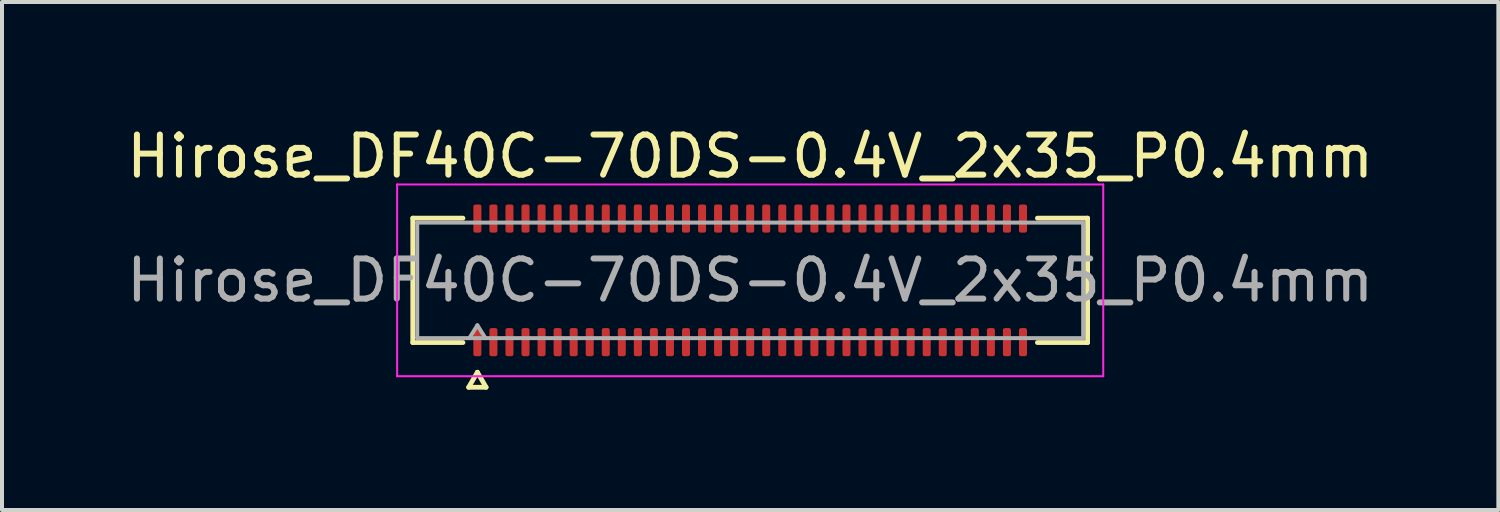
<source format=kicad_pcb>
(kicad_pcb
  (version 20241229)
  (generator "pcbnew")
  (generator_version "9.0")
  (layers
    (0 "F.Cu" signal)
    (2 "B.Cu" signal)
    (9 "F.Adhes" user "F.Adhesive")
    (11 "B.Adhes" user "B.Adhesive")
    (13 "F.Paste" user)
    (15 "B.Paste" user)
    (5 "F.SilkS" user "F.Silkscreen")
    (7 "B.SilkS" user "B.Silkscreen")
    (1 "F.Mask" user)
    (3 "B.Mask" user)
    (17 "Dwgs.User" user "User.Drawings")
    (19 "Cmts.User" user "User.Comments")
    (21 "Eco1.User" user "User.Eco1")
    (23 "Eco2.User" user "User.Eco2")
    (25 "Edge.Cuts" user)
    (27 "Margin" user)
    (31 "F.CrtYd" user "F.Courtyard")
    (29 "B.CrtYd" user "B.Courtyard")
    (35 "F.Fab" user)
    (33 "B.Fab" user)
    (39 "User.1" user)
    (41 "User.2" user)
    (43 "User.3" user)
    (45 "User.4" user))
  (footprint "Hirose_DF40C-70DS-0.4V_2x35_P0.4mm"
    (layer "F.Cu")
    (at 15.649 3.938)
    (property "Reference" "Hirose_DF40C-70DS-0.4V_2x35_P0.4mm" (at 0 -3.09 0) (layer "F.SilkS") (effects (font (size 1 1) (thickness 0.15))))
    (attr smd)
    (fp_line (start -8.41 -1.55) (end -7.16 -1.55) (stroke (width 0.12) (type solid)) (layer "F.SilkS"))
    (fp_line (start -8.41 1.55) (end -8.41 -1.55) (stroke (width 0.12) (type solid)) (layer "F.SilkS"))
    (fp_line (start -7.16 1.55) (end -8.41 1.55) (stroke (width 0.12) (type solid)) (layer "F.SilkS"))
    (fp_line (start -7.017 2.665) (end -6.8 2.29) (stroke (width 0.12) (type solid)) (layer "F.SilkS"))
    (fp_line (start -6.8 2.29) (end -6.583 2.665) (stroke (width 0.12) (type solid)) (layer "F.SilkS"))
    (fp_line (start -6.583 2.665) (end -7.017 2.665) (stroke (width 0.12) (type solid)) (layer "F.SilkS"))
    (fp_line (start 7.16 -1.55) (end 8.41 -1.55) (stroke (width 0.12) (type solid)) (layer "F.SilkS"))
    (fp_line (start 8.41 -1.55) (end 8.41 1.55) (stroke (width 0.12) (type solid)) (layer "F.SilkS"))
    (fp_line (start 8.41 1.55) (end 7.16 1.55) (stroke (width 0.12) (type solid)) (layer "F.SilkS"))
    (fp_line (start -8.8 -2.39) (end -8.8 2.39) (stroke (width 0.05) (type solid)) (layer "F.CrtYd"))
    (fp_line (start -8.8 2.39) (end 8.8 2.39) (stroke (width 0.05) (type solid)) (layer "F.CrtYd"))
    (fp_line (start 8.8 -2.39) (end -8.8 -2.39) (stroke (width 0.05) (type solid)) (layer "F.CrtYd"))
    (fp_line (start 8.8 2.39) (end 8.8 -2.39) (stroke (width 0.05) (type solid)) (layer "F.CrtYd"))
    (fp_line (start -8.3 -1.44) (end 8.3 -1.44) (stroke (width 0.1) (type solid)) (layer "F.Fab"))
    (fp_line (start -8.3 1.44) (end -8.3 -1.44) (stroke (width 0.1) (type solid)) (layer "F.Fab"))
    (fp_line (start -7 1.44) (end -6.8 1.12) (stroke (width 0.1) (type solid)) (layer "F.Fab"))
    (fp_line (start -6.8 1.12) (end -6.6 1.44) (stroke (width 0.1) (type solid)) (layer "F.Fab"))
    (fp_line (start 8.3 -1.44) (end 8.3 1.44) (stroke (width 0.1) (type solid)) (layer "F.Fab"))
    (fp_line (start 8.3 1.44) (end -8.3 1.44) (stroke (width 0.1) (type solid)) (layer "F.Fab"))
    (fp_text user "${REFERENCE}" (at 0 0 0) (layer "F.Fab") (effects (font (size 1 1) (thickness 0.15))))
    (pad "1" smd roundrect (at -6.8 1.54) (size 0.2 0.7) (layers "F.Cu" "F.Mask" "F.Paste") (roundrect_rratio 0.25))
    (pad "2" smd roundrect (at -6.8 -1.54) (size 0.2 0.7) (layers "F.Cu" "F.Mask" "F.Paste") (roundrect_rratio 0.25))
    (pad "3" smd roundrect (at -6.4 1.54) (size 0.2 0.7) (layers "F.Cu" "F.Mask" "F.Paste") (roundrect_rratio 0.25))
    (pad "4" smd roundrect (at -6.4 -1.54) (size 0.2 0.7) (layers "F.Cu" "F.Mask" "F.Paste") (roundrect_rratio 0.25))
    (pad "5" smd roundrect (at -6 1.54) (size 0.2 0.7) (layers "F.Cu" "F.Mask" "F.Paste") (roundrect_rratio 0.25))
    (pad "6" smd roundrect (at -6 -1.54) (size 0.2 0.7) (layers "F.Cu" "F.Mask" "F.Paste") (roundrect_rratio 0.25))
    (pad "7" smd roundrect (at -5.6 1.54) (size 0.2 0.7) (layers "F.Cu" "F.Mask" "F.Paste") (roundrect_rratio 0.25))
    (pad "8" smd roundrect (at -5.6 -1.54) (size 0.2 0.7) (layers "F.Cu" "F.Mask" "F.Paste") (roundrect_rratio 0.25))
    (pad "9" smd roundrect (at -5.2 1.54) (size 0.2 0.7) (layers "F.Cu" "F.Mask" "F.Paste") (roundrect_rratio 0.25))
    (pad "10" smd roundrect (at -5.2 -1.54) (size 0.2 0.7) (layers "F.Cu" "F.Mask" "F.Paste") (roundrect_rratio 0.25))
    (pad "11" smd roundrect (at -4.8 1.54) (size 0.2 0.7) (layers "F.Cu" "F.Mask" "F.Paste") (roundrect_rratio 0.25))
    (pad "12" smd roundrect (at -4.8 -1.54) (size 0.2 0.7) (layers "F.Cu" "F.Mask" "F.Paste") (roundrect_rratio 0.25))
    (pad "13" smd roundrect (at -4.4 1.54) (size 0.2 0.7) (layers "F.Cu" "F.Mask" "F.Paste") (roundrect_rratio 0.25))
    (pad "14" smd roundrect (at -4.4 -1.54) (size 0.2 0.7) (layers "F.Cu" "F.Mask" "F.Paste") (roundrect_rratio 0.25))
    (pad "15" smd roundrect (at -4 1.54) (size 0.2 0.7) (layers "F.Cu" "F.Mask" "F.Paste") (roundrect_rratio 0.25))
    (pad "16" smd roundrect (at -4 -1.54) (size 0.2 0.7) (layers "F.Cu" "F.Mask" "F.Paste") (roundrect_rratio 0.25))
    (pad "17" smd roundrect (at -3.6 1.54) (size 0.2 0.7) (layers "F.Cu" "F.Mask" "F.Paste") (roundrect_rratio 0.25))
    (pad "18" smd roundrect (at -3.6 -1.54) (size 0.2 0.7) (layers "F.Cu" "F.Mask" "F.Paste") (roundrect_rratio 0.25))
    (pad "19" smd roundrect (at -3.2 1.54) (size 0.2 0.7) (layers "F.Cu" "F.Mask" "F.Paste") (roundrect_rratio 0.25))
    (pad "20" smd roundrect (at -3.2 -1.54) (size 0.2 0.7) (layers "F.Cu" "F.Mask" "F.Paste") (roundrect_rratio 0.25))
    (pad "21" smd roundrect (at -2.8 1.54) (size 0.2 0.7) (layers "F.Cu" "F.Mask" "F.Paste") (roundrect_rratio 0.25))
    (pad "22" smd roundrect (at -2.8 -1.54) (size 0.2 0.7) (layers "F.Cu" "F.Mask" "F.Paste") (roundrect_rratio 0.25))
    (pad "23" smd roundrect (at -2.4 1.54) (size 0.2 0.7) (layers "F.Cu" "F.Mask" "F.Paste") (roundrect_rratio 0.25))
    (pad "24" smd roundrect (at -2.4 -1.54) (size 0.2 0.7) (layers "F.Cu" "F.Mask" "F.Paste") (roundrect_rratio 0.25))
    (pad "25" smd roundrect (at -2 1.54) (size 0.2 0.7) (layers "F.Cu" "F.Mask" "F.Paste") (roundrect_rratio 0.25))
    (pad "26" smd roundrect (at -2 -1.54) (size 0.2 0.7) (layers "F.Cu" "F.Mask" "F.Paste") (roundrect_rratio 0.25))
    (pad "27" smd roundrect (at -1.6 1.54) (size 0.2 0.7) (layers "F.Cu" "F.Mask" "F.Paste") (roundrect_rratio 0.25))
    (pad "28" smd roundrect (at -1.6 -1.54) (size 0.2 0.7) (layers "F.Cu" "F.Mask" "F.Paste") (roundrect_rratio 0.25))
    (pad "29" smd roundrect (at -1.2 1.54) (size 0.2 0.7) (layers "F.Cu" "F.Mask" "F.Paste") (roundrect_rratio 0.25))
    (pad "30" smd roundrect (at -1.2 -1.54) (size 0.2 0.7) (layers "F.Cu" "F.Mask" "F.Paste") (roundrect_rratio 0.25))
    (pad "31" smd roundrect (at -0.8 1.54) (size 0.2 0.7) (layers "F.Cu" "F.Mask" "F.Paste") (roundrect_rratio 0.25))
    (pad "32" smd roundrect (at -0.8 -1.54) (size 0.2 0.7) (layers "F.Cu" "F.Mask" "F.Paste") (roundrect_rratio 0.25))
    (pad "33" smd roundrect (at -0.4 1.54) (size 0.2 0.7) (layers "F.Cu" "F.Mask" "F.Paste") (roundrect_rratio 0.25))
    (pad "34" smd roundrect (at -0.4 -1.54) (size 0.2 0.7) (layers "F.Cu" "F.Mask" "F.Paste") (roundrect_rratio 0.25))
    (pad "35" smd roundrect (at 0 1.54) (size 0.2 0.7) (layers "F.Cu" "F.Mask" "F.Paste") (roundrect_rratio 0.25))
    (pad "36" smd roundrect (at 0 -1.54) (size 0.2 0.7) (layers "F.Cu" "F.Mask" "F.Paste") (roundrect_rratio 0.25))
    (pad "37" smd roundrect (at 0.4 1.54) (size 0.2 0.7) (layers "F.Cu" "F.Mask" "F.Paste") (roundrect_rratio 0.25))
    (pad "38" smd roundrect (at 0.4 -1.54) (size 0.2 0.7) (layers "F.Cu" "F.Mask" "F.Paste") (roundrect_rratio 0.25))
    (pad "39" smd roundrect (at 0.8 1.54) (size 0.2 0.7) (layers "F.Cu" "F.Mask" "F.Paste") (roundrect_rratio 0.25))
    (pad "40" smd roundrect (at 0.8 -1.54) (size 0.2 0.7) (layers "F.Cu" "F.Mask" "F.Paste") (roundrect_rratio 0.25))
    (pad "41" smd roundrect (at 1.2 1.54) (size 0.2 0.7) (layers "F.Cu" "F.Mask" "F.Paste") (roundrect_rratio 0.25))
    (pad "42" smd roundrect (at 1.2 -1.54) (size 0.2 0.7) (layers "F.Cu" "F.Mask" "F.Paste") (roundrect_rratio 0.25))
    (pad "43" smd roundrect (at 1.6 1.54) (size 0.2 0.7) (layers "F.Cu" "F.Mask" "F.Paste") (roundrect_rratio 0.25))
    (pad "44" smd roundrect (at 1.6 -1.54) (size 0.2 0.7) (layers "F.Cu" "F.Mask" "F.Paste") (roundrect_rratio 0.25))
    (pad "45" smd roundrect (at 2 1.54) (size 0.2 0.7) (layers "F.Cu" "F.Mask" "F.Paste") (roundrect_rratio 0.25))
    (pad "46" smd roundrect (at 2 -1.54) (size 0.2 0.7) (layers "F.Cu" "F.Mask" "F.Paste") (roundrect_rratio 0.25))
    (pad "47" smd roundrect (at 2.4 1.54) (size 0.2 0.7) (layers "F.Cu" "F.Mask" "F.Paste") (roundrect_rratio 0.25))
    (pad "48" smd roundrect (at 2.4 -1.54) (size 0.2 0.7) (layers "F.Cu" "F.Mask" "F.Paste") (roundrect_rratio 0.25))
    (pad "49" smd roundrect (at 2.8 1.54) (size 0.2 0.7) (layers "F.Cu" "F.Mask" "F.Paste") (roundrect_rratio 0.25))
    (pad "50" smd roundrect (at 2.8 -1.54) (size 0.2 0.7) (layers "F.Cu" "F.Mask" "F.Paste") (roundrect_rratio 0.25))
    (pad "51" smd roundrect (at 3.2 1.54) (size 0.2 0.7) (layers "F.Cu" "F.Mask" "F.Paste") (roundrect_rratio 0.25))
    (pad "52" smd roundrect (at 3.2 -1.54) (size 0.2 0.7) (layers "F.Cu" "F.Mask" "F.Paste") (roundrect_rratio 0.25))
    (pad "53" smd roundrect (at 3.6 1.54) (size 0.2 0.7) (layers "F.Cu" "F.Mask" "F.Paste") (roundrect_rratio 0.25))
    (pad "54" smd roundrect (at 3.6 -1.54) (size 0.2 0.7) (layers "F.Cu" "F.Mask" "F.Paste") (roundrect_rratio 0.25))
    (pad "55" smd roundrect (at 4 1.54) (size 0.2 0.7) (layers "F.Cu" "F.Mask" "F.Paste") (roundrect_rratio 0.25))
    (pad "56" smd roundrect (at 4 -1.54) (size 0.2 0.7) (layers "F.Cu" "F.Mask" "F.Paste") (roundrect_rratio 0.25))
    (pad "57" smd roundrect (at 4.4 1.54) (size 0.2 0.7) (layers "F.Cu" "F.Mask" "F.Paste") (roundrect_rratio 0.25))
    (pad "58" smd roundrect (at 4.4 -1.54) (size 0.2 0.7) (layers "F.Cu" "F.Mask" "F.Paste") (roundrect_rratio 0.25))
    (pad "59" smd roundrect (at 4.8 1.54) (size 0.2 0.7) (layers "F.Cu" "F.Mask" "F.Paste") (roundrect_rratio 0.25))
    (pad "60" smd roundrect (at 4.8 -1.54) (size 0.2 0.7) (layers "F.Cu" "F.Mask" "F.Paste") (roundrect_rratio 0.25))
    (pad "61" smd roundrect (at 5.2 1.54) (size 0.2 0.7) (layers "F.Cu" "F.Mask" "F.Paste") (roundrect_rratio 0.25))
    (pad "62" smd roundrect (at 5.2 -1.54) (size 0.2 0.7) (layers "F.Cu" "F.Mask" "F.Paste") (roundrect_rratio 0.25))
    (pad "63" smd roundrect (at 5.6 1.54) (size 0.2 0.7) (layers "F.Cu" "F.Mask" "F.Paste") (roundrect_rratio 0.25))
    (pad "64" smd roundrect (at 5.6 -1.54) (size 0.2 0.7) (layers "F.Cu" "F.Mask" "F.Paste") (roundrect_rratio 0.25))
    (pad "65" smd roundrect (at 6 1.54) (size 0.2 0.7) (layers "F.Cu" "F.Mask" "F.Paste") (roundrect_rratio 0.25))
    (pad "66" smd roundrect (at 6 -1.54) (size 0.2 0.7) (layers "F.Cu" "F.Mask" "F.Paste") (roundrect_rratio 0.25))
    (pad "67" smd roundrect (at 6.4 1.54) (size 0.2 0.7) (layers "F.Cu" "F.Mask" "F.Paste") (roundrect_rratio 0.25))
    (pad "68" smd roundrect (at 6.4 -1.54) (size 0.2 0.7) (layers "F.Cu" "F.Mask" "F.Paste") (roundrect_rratio 0.25))
    (pad "69" smd roundrect (at 6.8 1.54) (size 0.2 0.7) (layers "F.Cu" "F.Mask" "F.Paste") (roundrect_rratio 0.25))
    (pad "70" smd roundrect (at 6.8 -1.54) (size 0.2 0.7) (layers "F.Cu" "F.Mask" "F.Paste") (roundrect_rratio 0.25)))
  (gr_rect
    (start -3 -3)
    (end 34.298 9.663)
    (stroke (width 0.1) (type default))
    (fill no)
    (layer "Edge.Cuts")))
</source>
